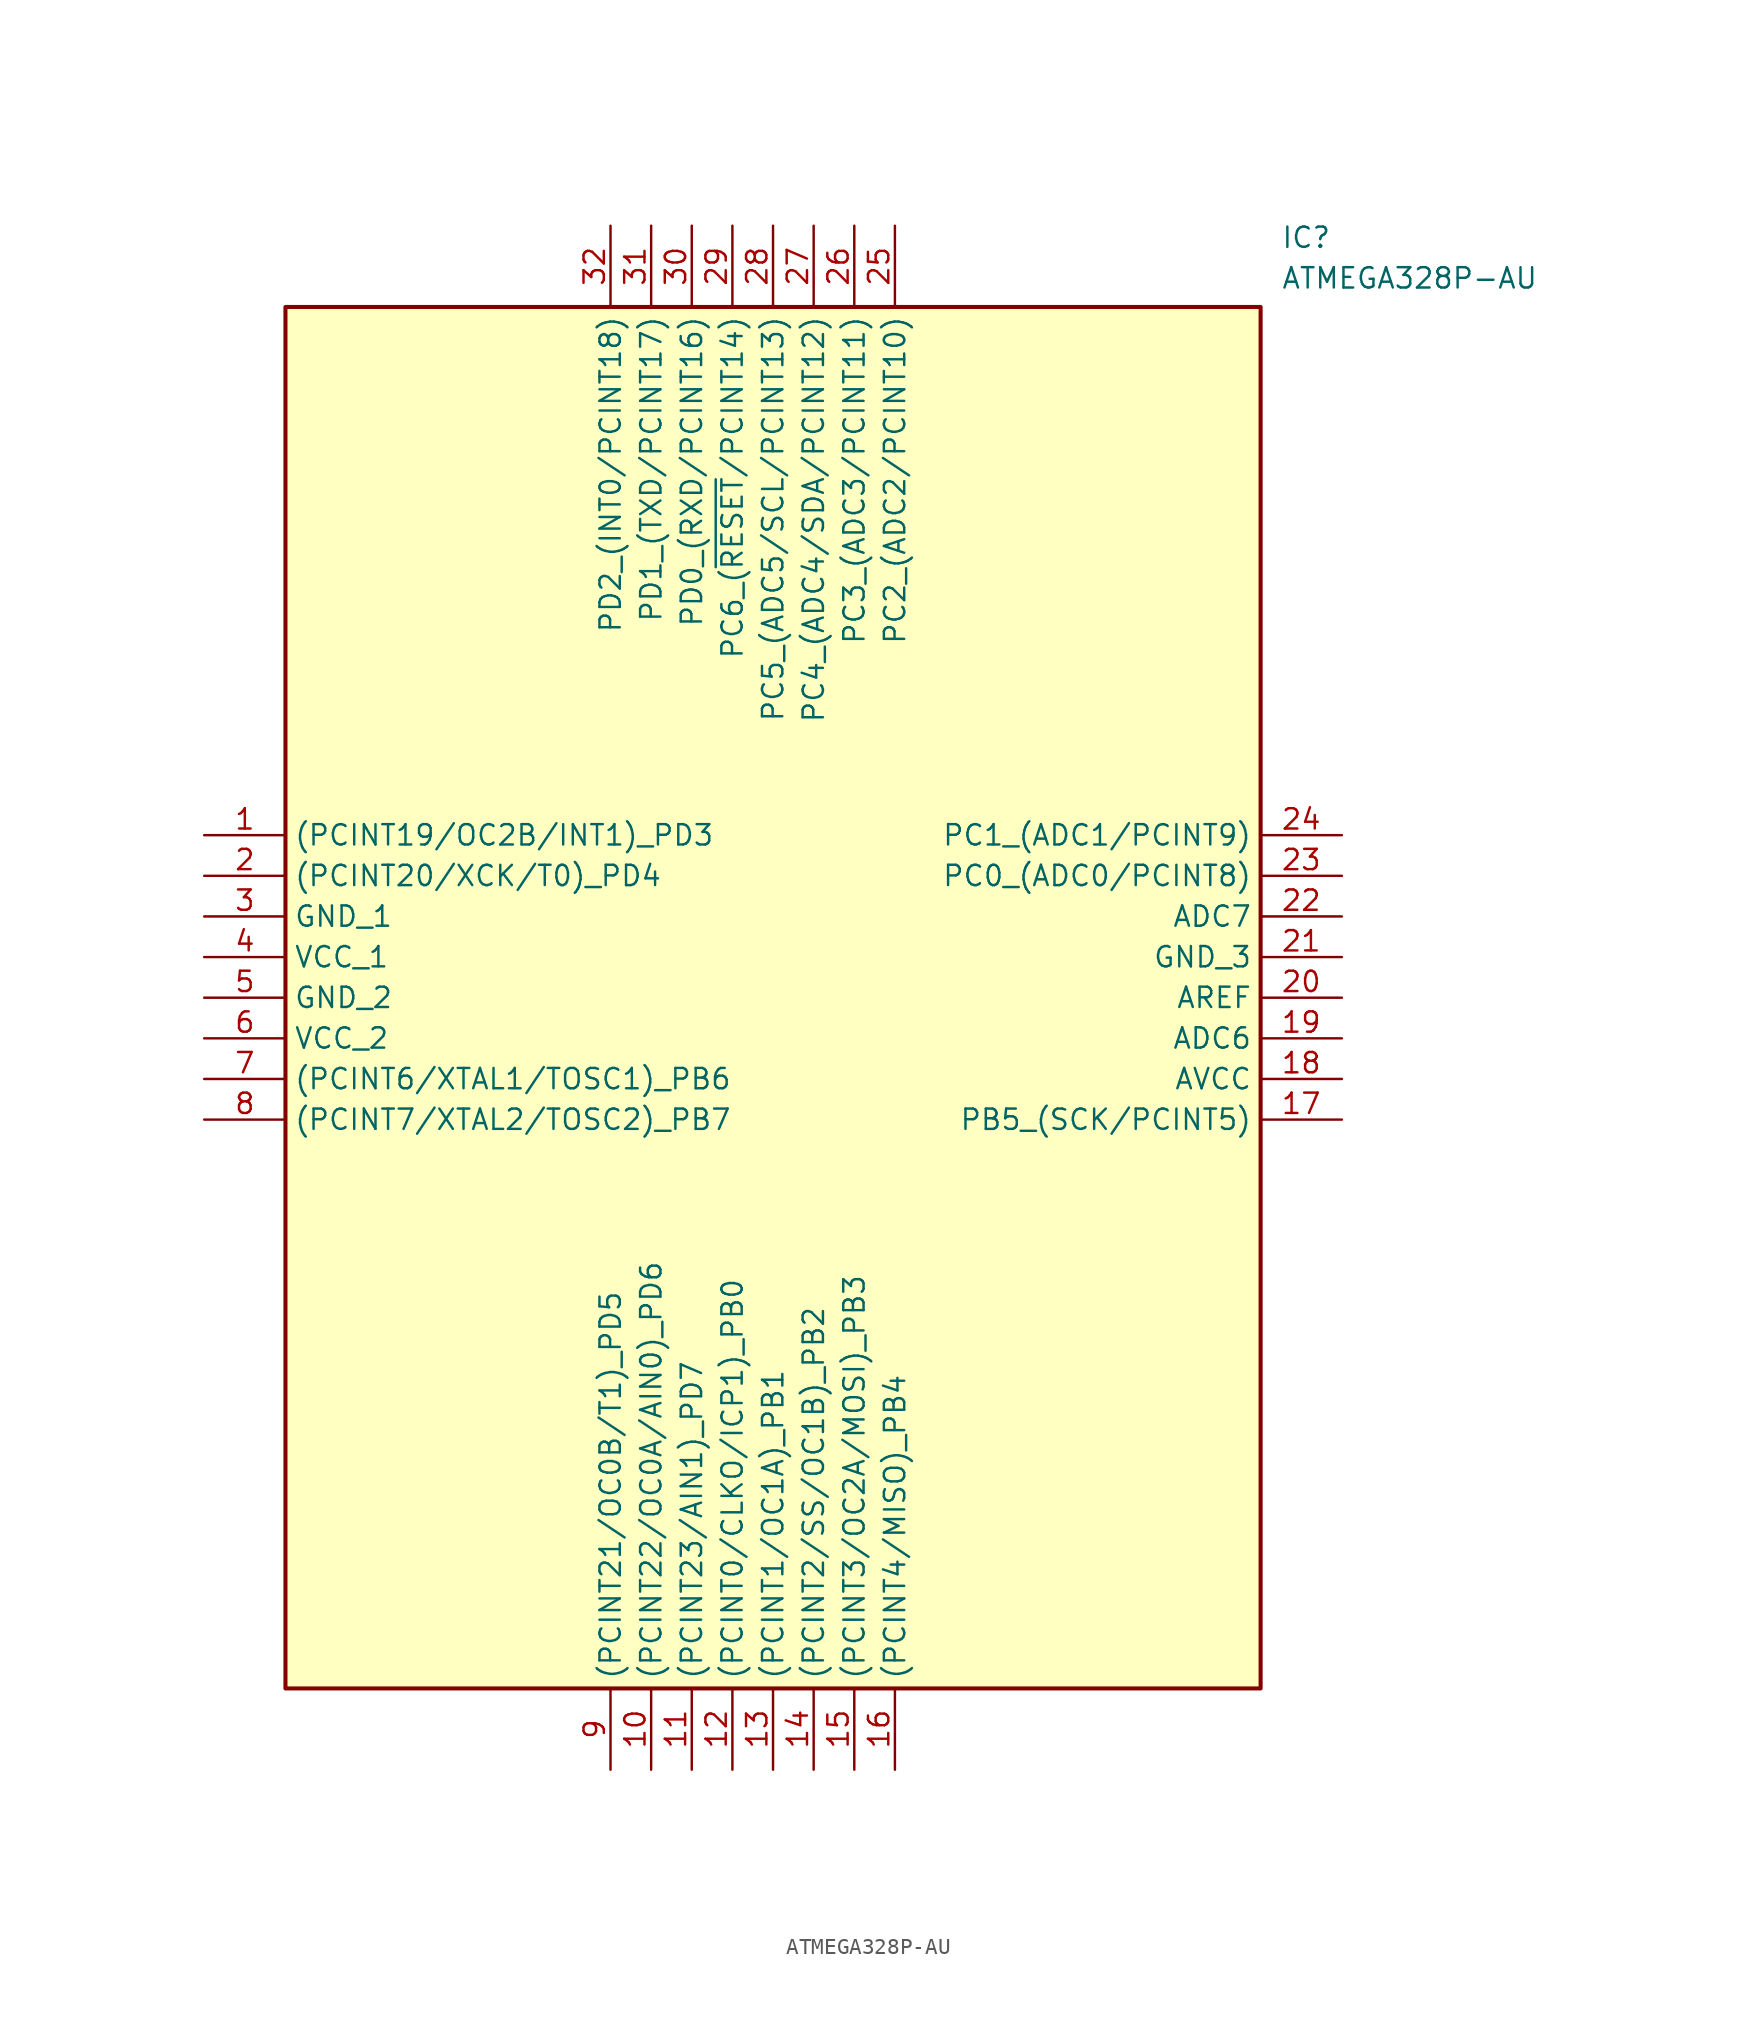
<source format=kicad_sym>
(kicad_symbol_lib
  (version 20241209)
  (generator "kicad_symbol_editor")
  (generator_version "9.0")
  (symbol "ATMEGA328P-AU"
    (property "Reference" "IC"
      (at 67.31 38.1 0)
      (effects (font (size 1.27 1.27)) (justify left top)))
    (property "Value" "ATMEGA328P-AU"
      (at 67.31 35.56 0)
      (effects (font (size 1.27 1.27)) (justify left top)))
    (symbol "ATMEGA328P-AU_1_1"
      (rectangle (start 5.08 33.02) (end 66.04 -53.34) (stroke (width 0.254) (type default)) (fill (type background)))
      (pin passive line (at 0 0 0) (length 5.08) (name "(PCINT19/OC2B/INT1)_PD3" (effects (font (size 1.27 1.27)))) (number "1" (effects (font (size 1.27 1.27)))))
      (pin passive line (at 0 -2.54 0) (length 5.08) (name "(PCINT20/XCK/T0)_PD4" (effects (font (size 1.27 1.27)))) (number "2" (effects (font (size 1.27 1.27)))))
      (pin passive line (at 0 -5.08 0) (length 5.08) (name "GND_1" (effects (font (size 1.27 1.27)))) (number "3" (effects (font (size 1.27 1.27)))))
      (pin passive line (at 0 -7.62 0) (length 5.08) (name "VCC_1" (effects (font (size 1.27 1.27)))) (number "4" (effects (font (size 1.27 1.27)))))
      (pin passive line (at 0 -10.16 0) (length 5.08) (name "GND_2" (effects (font (size 1.27 1.27)))) (number "5" (effects (font (size 1.27 1.27)))))
      (pin passive line (at 0 -12.7 0) (length 5.08) (name "VCC_2" (effects (font (size 1.27 1.27)))) (number "6" (effects (font (size 1.27 1.27)))))
      (pin passive line (at 0 -15.24 0) (length 5.08) (name "(PCINT6/XTAL1/TOSC1)_PB6" (effects (font (size 1.27 1.27)))) (number "7" (effects (font (size 1.27 1.27)))))
      (pin passive line (at 0 -17.78 0) (length 5.08) (name "(PCINT7/XTAL2/TOSC2)_PB7" (effects (font (size 1.27 1.27)))) (number "8" (effects (font (size 1.27 1.27)))))
      (pin passive line (at 25.4 38.1 270) (length 5.08) (name "PD2_(INT0/PCINT18)" (effects (font (size 1.27 1.27)))) (number "32" (effects (font (size 1.27 1.27)))))
      (pin passive line (at 25.4 -58.42 90) (length 5.08) (name "(PCINT21/OC0B/T1)_PD5" (effects (font (size 1.27 1.27)))) (number "9" (effects (font (size 1.27 1.27)))))
      (pin passive line (at 27.94 38.1 270) (length 5.08) (name "PD1_(TXD/PCINT17)" (effects (font (size 1.27 1.27)))) (number "31" (effects (font (size 1.27 1.27)))))
      (pin passive line (at 27.94 -58.42 90) (length 5.08) (name "(PCINT22/OC0A/AIN0)_PD6" (effects (font (size 1.27 1.27)))) (number "10" (effects (font (size 1.27 1.27)))))
      (pin passive line (at 30.48 38.1 270) (length 5.08) (name "PD0_(RXD/PCINT16)" (effects (font (size 1.27 1.27)))) (number "30" (effects (font (size 1.27 1.27)))))
      (pin passive line (at 30.48 -58.42 90) (length 5.08) (name "(PCINT23/AIN1)_PD7" (effects (font (size 1.27 1.27)))) (number "11" (effects (font (size 1.27 1.27)))))
      (pin passive line (at 33.02 38.1 270) (length 5.08) (name "PC6_(~{RESET}/PCINT14)" (effects (font (size 1.27 1.27)))) (number "29" (effects (font (size 1.27 1.27)))))
      (pin passive line (at 33.02 -58.42 90) (length 5.08) (name "(PCINT0/CLKO/ICP1)_PB0" (effects (font (size 1.27 1.27)))) (number "12" (effects (font (size 1.27 1.27)))))
      (pin passive line (at 35.56 38.1 270) (length 5.08) (name "PC5_(ADC5/SCL/PCINT13)" (effects (font (size 1.27 1.27)))) (number "28" (effects (font (size 1.27 1.27)))))
      (pin passive line (at 35.56 -58.42 90) (length 5.08) (name "(PCINT1/OC1A)_PB1" (effects (font (size 1.27 1.27)))) (number "13" (effects (font (size 1.27 1.27)))))
      (pin passive line (at 38.1 38.1 270) (length 5.08) (name "PC4_(ADC4/SDA/PCINT12)" (effects (font (size 1.27 1.27)))) (number "27" (effects (font (size 1.27 1.27)))))
      (pin passive line (at 38.1 -58.42 90) (length 5.08) (name "(PCINT2/SS/OC1B)_PB2" (effects (font (size 1.27 1.27)))) (number "14" (effects (font (size 1.27 1.27)))))
      (pin passive line (at 40.64 38.1 270) (length 5.08) (name "PC3_(ADC3/PCINT11)" (effects (font (size 1.27 1.27)))) (number "26" (effects (font (size 1.27 1.27)))))
      (pin passive line (at 40.64 -58.42 90) (length 5.08) (name "(PCINT3/OC2A/MOSI)_PB3" (effects (font (size 1.27 1.27)))) (number "15" (effects (font (size 1.27 1.27)))))
      (pin passive line (at 43.18 38.1 270) (length 5.08) (name "PC2_(ADC2/PCINT10)" (effects (font (size 1.27 1.27)))) (number "25" (effects (font (size 1.27 1.27)))))
      (pin passive line (at 43.18 -58.42 90) (length 5.08) (name "(PCINT4/MISO)_PB4" (effects (font (size 1.27 1.27)))) (number "16" (effects (font (size 1.27 1.27)))))
      (pin passive line (at 71.12 0 180) (length 5.08) (name "PC1_(ADC1/PCINT9)" (effects (font (size 1.27 1.27)))) (number "24" (effects (font (size 1.27 1.27)))))
      (pin passive line (at 71.12 -2.54 180) (length 5.08) (name "PC0_(ADC0/PCINT8)" (effects (font (size 1.27 1.27)))) (number "23" (effects (font (size 1.27 1.27)))))
      (pin passive line (at 71.12 -5.08 180) (length 5.08) (name "ADC7" (effects (font (size 1.27 1.27)))) (number "22" (effects (font (size 1.27 1.27)))))
      (pin passive line (at 71.12 -7.62 180) (length 5.08) (name "GND_3" (effects (font (size 1.27 1.27)))) (number "21" (effects (font (size 1.27 1.27)))))
      (pin passive line (at 71.12 -10.16 180) (length 5.08) (name "AREF" (effects (font (size 1.27 1.27)))) (number "20" (effects (font (size 1.27 1.27)))))
      (pin passive line (at 71.12 -12.7 180) (length 5.08) (name "ADC6" (effects (font (size 1.27 1.27)))) (number "19" (effects (font (size 1.27 1.27)))))
      (pin passive line (at 71.12 -15.24 180) (length 5.08) (name "AVCC" (effects (font (size 1.27 1.27)))) (number "18" (effects (font (size 1.27 1.27)))))
      (pin passive line (at 71.12 -17.78 180) (length 5.08) (name "PB5_(SCK/PCINT5)" (effects (font (size 1.27 1.27)))) (number "17" (effects (font (size 1.27 1.27))))))))
</source>
